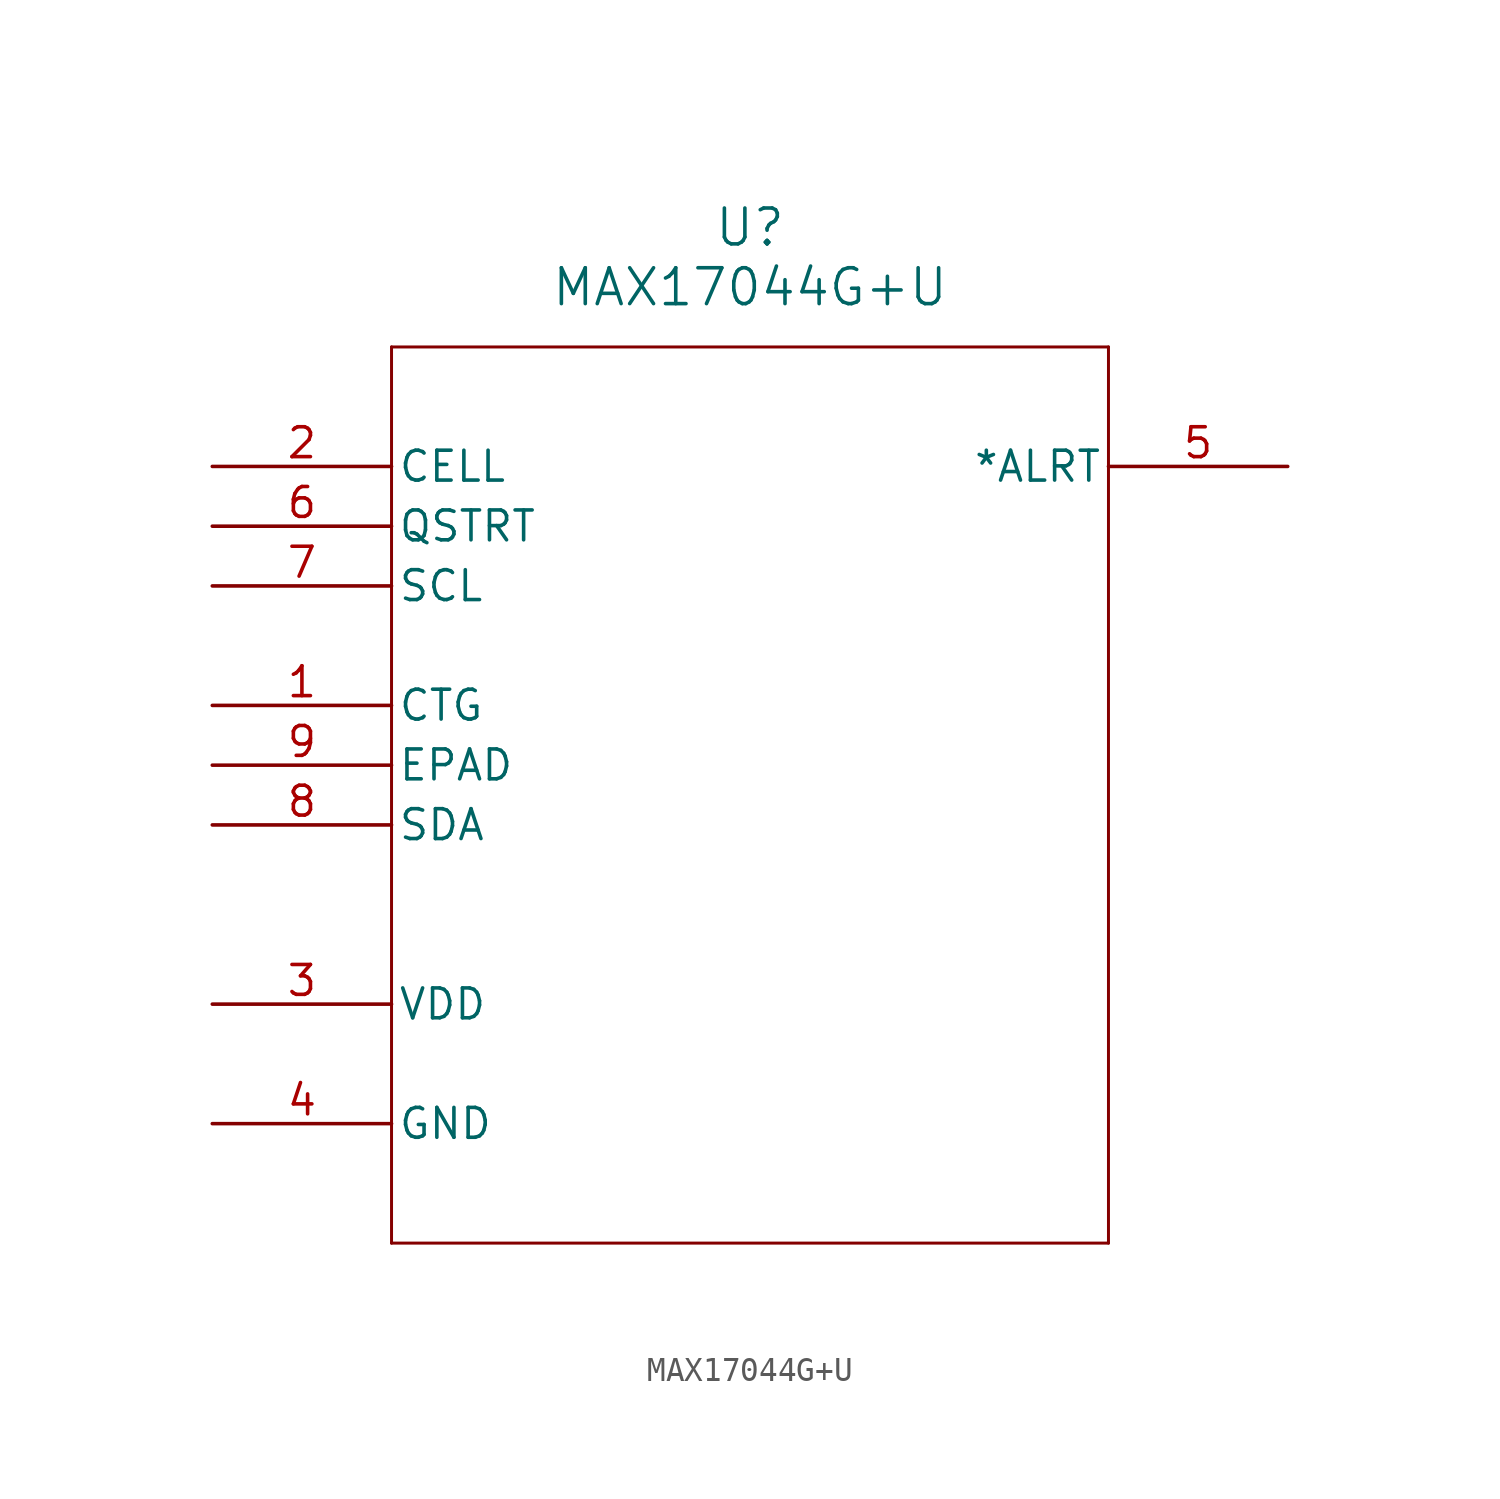
<source format=kicad_sym>
(kicad_symbol_lib
  (version 20211014)
  (generator kicad_symbol_editor)
  (symbol "MAX17044G+U"
    (pin_names
      (offset 0.254))
    (property "Reference" "U"
      (at 22.86 10.16 0)
      (effects (font (size 1.524 1.524))))
    (property "Value" "MAX17044G+U"
      (at 22.86 7.62 0)
      (effects (font (size 1.524 1.524))))
    (symbol "MAX17044G+U_0_1"
      (polyline (pts (xy 7.62 5.08) (xy 7.62 -33.02)) (stroke (width 0.127) (type default) (color 0 0 0 0)) (fill (type none)))
      (polyline (pts (xy 7.62 -33.02) (xy 38.1 -33.02)) (stroke (width 0.127) (type default) (color 0 0 0 0)) (fill (type none)))
      (polyline (pts (xy 38.1 -33.02) (xy 38.1 5.08)) (stroke (width 0.127) (type default) (color 0 0 0 0)) (fill (type none)))
      (polyline (pts (xy 38.1 5.08) (xy 7.62 5.08)) (stroke (width 0.127) (type default) (color 0 0 0 0)) (fill (type none)))
      (pin unspecified line (at 0 -10.16 0) (length 7.62) (name "CTG" (effects (font (size 1.27 1.27)))) (number "1" (effects (font (size 1.27 1.27)))))
      (pin input line (at 0 0 0) (length 7.62) (name "CELL" (effects (font (size 1.27 1.27)))) (number "2" (effects (font (size 1.27 1.27)))))
      (pin power_in line (at 0 -22.86 0) (length 7.62) (name "VDD" (effects (font (size 1.27 1.27)))) (number "3" (effects (font (size 1.27 1.27)))))
      (pin power_in line (at 0 -27.94 0) (length 7.62) (name "GND" (effects (font (size 1.27 1.27)))) (number "4" (effects (font (size 1.27 1.27)))))
      (pin output line (at 45.72 0 180) (length 7.62) (name "*ALRT" (effects (font (size 1.27 1.27)))) (number "5" (effects (font (size 1.27 1.27)))))
      (pin input line (at 0 -2.54 0) (length 7.62) (name "QSTRT" (effects (font (size 1.27 1.27)))) (number "6" (effects (font (size 1.27 1.27)))))
      (pin input line (at 0 -5.08 0) (length 7.62) (name "SCL" (effects (font (size 1.27 1.27)))) (number "7" (effects (font (size 1.27 1.27)))))
      (pin bidirectional line (at 0 -15.24 0) (length 7.62) (name "SDA" (effects (font (size 1.27 1.27)))) (number "8" (effects (font (size 1.27 1.27)))))
      (pin unspecified line (at 0 -12.7 0) (length 7.62) (name "EPAD" (effects (font (size 1.27 1.27)))) (number "9" (effects (font (size 1.27 1.27))))))))
</source>
